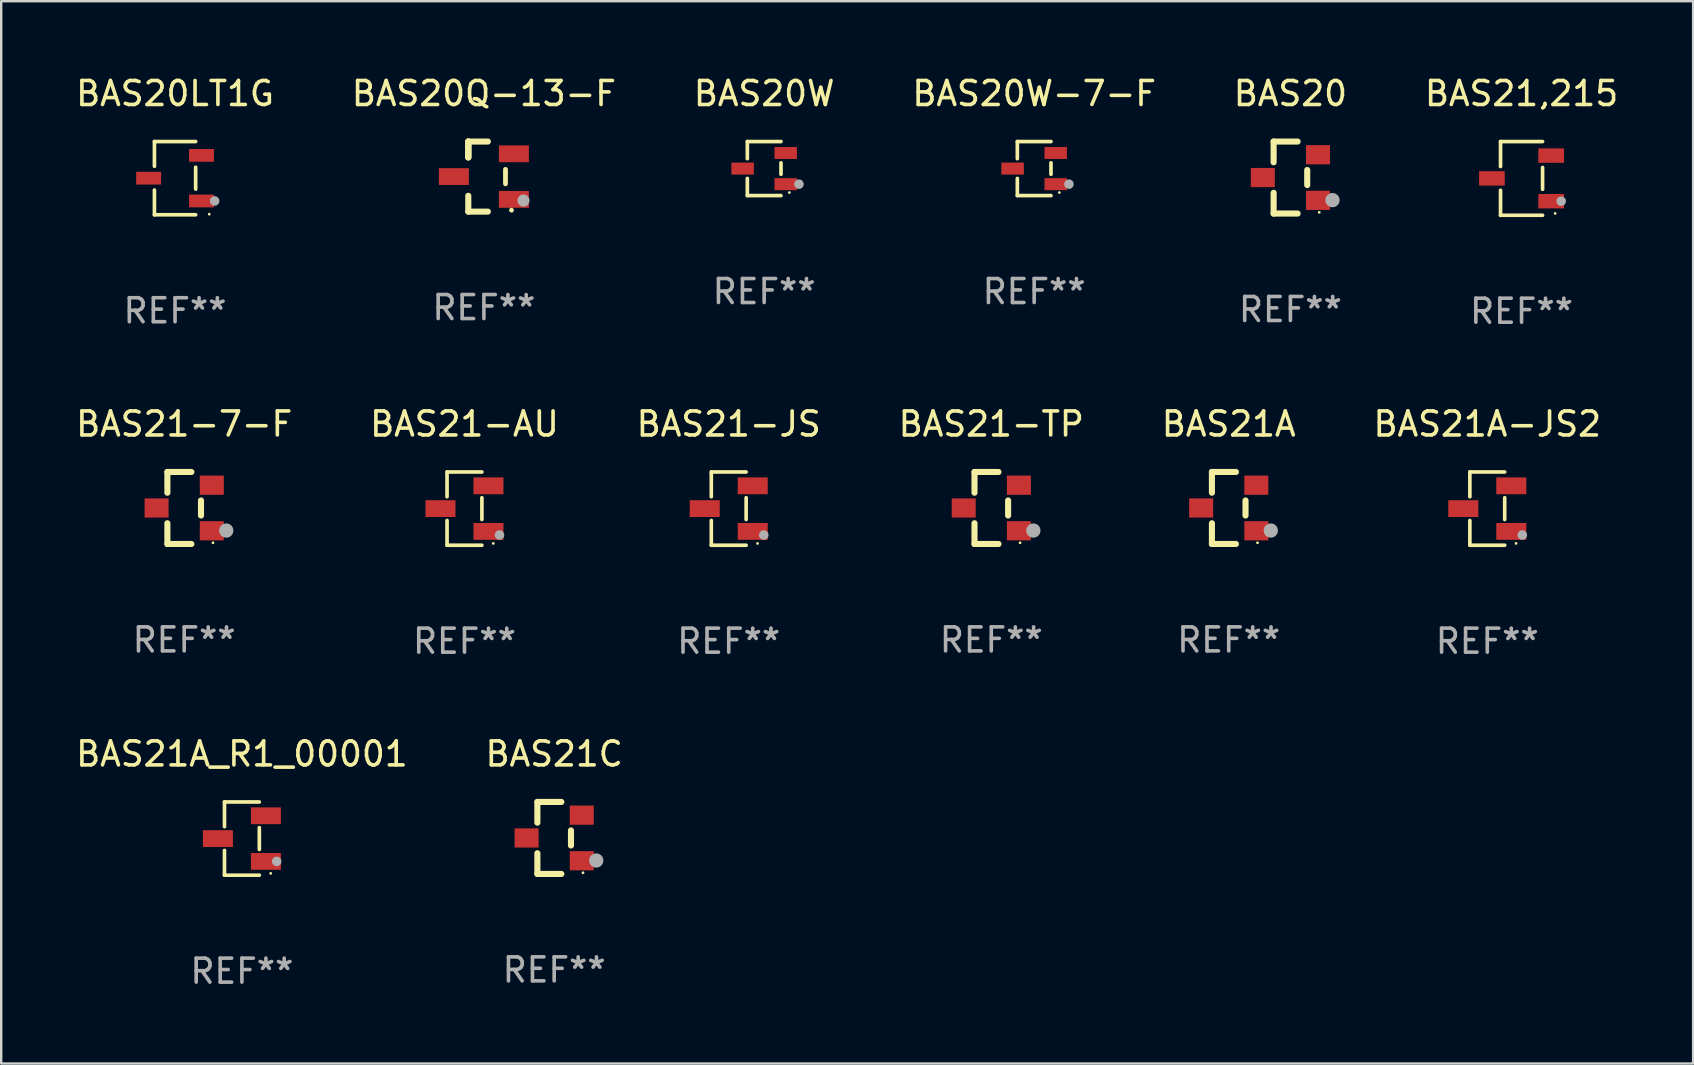
<source format=kicad_pcb>
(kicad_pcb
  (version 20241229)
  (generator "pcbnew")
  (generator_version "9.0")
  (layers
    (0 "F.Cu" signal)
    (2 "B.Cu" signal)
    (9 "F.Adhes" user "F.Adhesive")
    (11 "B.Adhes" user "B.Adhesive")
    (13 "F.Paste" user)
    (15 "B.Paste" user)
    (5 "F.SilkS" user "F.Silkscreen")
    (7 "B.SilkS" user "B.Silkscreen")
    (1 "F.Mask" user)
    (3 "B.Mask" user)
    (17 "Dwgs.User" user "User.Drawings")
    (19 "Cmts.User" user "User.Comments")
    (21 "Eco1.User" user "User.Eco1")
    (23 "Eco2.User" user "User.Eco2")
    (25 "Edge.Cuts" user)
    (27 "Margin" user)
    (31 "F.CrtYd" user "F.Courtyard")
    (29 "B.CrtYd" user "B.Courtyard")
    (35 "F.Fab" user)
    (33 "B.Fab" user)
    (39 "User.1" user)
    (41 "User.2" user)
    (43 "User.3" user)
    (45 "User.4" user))
  (footprint "BAS21-AU"
    (layer "F.Cu")
    (at 16.304 18.143)
    (property "Reference" "BAS21-AU" (at 0 -3.526 0) (layer "F.SilkS") (effects (font (size 1 1) (thickness 0.15))))
    (attr through_hole)
    (fp_line (start -0.726 -1.526) (end -0.726 -0.495) (stroke (width 0.152) (type solid)) (layer "F.SilkS"))
    (fp_line (start -0.726 1.526) (end -0.726 0.495) (stroke (width 0.152) (type solid)) (layer "F.SilkS"))
    (fp_line (start 0.726 -1.526) (end -0.726 -1.526) (stroke (width 0.152) (type solid)) (layer "F.SilkS"))
    (fp_line (start 0.726 -0.455) (end 0.726 0.455) (stroke (width 0.152) (type solid)) (layer "F.SilkS"))
    (fp_line (start 0.726 1.526) (end -0.726 1.526) (stroke (width 0.152) (type solid)) (layer "F.SilkS"))
    (fp_circle (center 1.2 1.45) (end 1.23 1.45) (stroke (width 0.06) (type solid)) (fill no) (layer "F.SilkS"))
    (fp_circle (center 1.46 1.1) (end 1.56 1.1) (stroke (width 0.2) (type solid)) (fill no) (layer "F.Fab"))
    (fp_text user "REF**" (at 0 5.526 0) (layer "F.Fab") (effects (font (size 1 1) (thickness 0.15))))
    (pad "1" smd rect (at 1 0.95) (size 1.25 0.7) (layers "F.Cu" "F.Mask" "F.Paste"))
    (pad "2" smd rect (at 1 -0.95) (size 1.25 0.7) (layers "F.Cu" "F.Mask" "F.Paste"))
    (pad "3" smd rect (at -1 0) (size 1.25 0.7) (layers "F.Cu" "F.Mask" "F.Paste")))
  (footprint "BAS21A-JS2"
    (layer "F.Cu")
    (at 58.923 18.143)
    (property "Reference" "BAS21A-JS2" (at 0 -3.526 0) (layer "F.SilkS") (effects (font (size 1 1) (thickness 0.15))))
    (attr through_hole)
    (fp_line (start -0.726 -1.526) (end -0.726 -0.495) (stroke (width 0.152) (type solid)) (layer "F.SilkS"))
    (fp_line (start -0.726 1.526) (end -0.726 0.495) (stroke (width 0.152) (type solid)) (layer "F.SilkS"))
    (fp_line (start 0.726 -1.526) (end -0.726 -1.526) (stroke (width 0.152) (type solid)) (layer "F.SilkS"))
    (fp_line (start 0.726 -0.455) (end 0.726 0.455) (stroke (width 0.152) (type solid)) (layer "F.SilkS"))
    (fp_line (start 0.726 1.526) (end -0.726 1.526) (stroke (width 0.152) (type solid)) (layer "F.SilkS"))
    (fp_circle (center 1.2 1.45) (end 1.23 1.45) (stroke (width 0.06) (type solid)) (fill no) (layer "F.SilkS"))
    (fp_circle (center 1.46 1.1) (end 1.56 1.1) (stroke (width 0.2) (type solid)) (fill no) (layer "F.Fab"))
    (fp_text user "REF**" (at 0 5.526 0) (layer "F.Fab") (effects (font (size 1 1) (thickness 0.15))))
    (pad "1" smd rect (at 1 0.95) (size 1.25 0.7) (layers "F.Cu" "F.Mask" "F.Paste"))
    (pad "2" smd rect (at 1 -0.95) (size 1.25 0.7) (layers "F.Cu" "F.Mask" "F.Paste"))
    (pad "3" smd rect (at -1 0) (size 1.25 0.7) (layers "F.Cu" "F.Mask" "F.Paste")))
  (footprint "BAS21A"
    (layer "F.Cu")
    (at 48.149 18.117)
    (property "Reference" "BAS21A" (at 0 -3.5 0) (layer "F.SilkS") (effects (font (size 1 1) (thickness 0.15))))
    (attr through_hole)
    (fp_line (start -0.7 -1.5) (end 0.3 -1.5) (stroke (width 0.254) (type solid)) (layer "F.SilkS"))
    (fp_line (start -0.7 -0.636) (end -0.7 -1.5) (stroke (width 0.254) (type solid)) (layer "F.SilkS"))
    (fp_line (start -0.7 1.5) (end -0.7 0.636) (stroke (width 0.254) (type solid)) (layer "F.SilkS"))
    (fp_line (start -0.7 1.5) (end 0.3 1.5) (stroke (width 0.254) (type solid)) (layer "F.SilkS"))
    (fp_line (start 0.7 0.314) (end 0.7 -0.314) (stroke (width 0.254) (type solid)) (layer "F.SilkS"))
    (fp_circle (center 1.2 1.45) (end 1.23 1.45) (stroke (width 0.06) (type solid)) (fill no) (layer "F.SilkS"))
    (fp_circle (center 1.753 0.94) (end 1.903 0.94) (stroke (width 0.3) (type solid)) (fill no) (layer "F.Fab"))
    (fp_text user "REF**" (at 0 5.5 0) (layer "F.Fab") (effects (font (size 1 1) (thickness 0.15))))
    (pad "1" smd rect (at 1.15 0.95 180) (size 1 0.8) (layers "F.Cu" "F.Mask" "F.Paste"))
    (pad "2" smd rect (at 1.15 -0.95 180) (size 1 0.8) (layers "F.Cu" "F.Mask" "F.Paste"))
    (pad "3" smd rect (at -1.15 -0.000051 180) (size 1 0.8) (layers "F.Cu" "F.Mask" "F.Paste")))
  (footprint "BAS21-TP"
    (layer "F.Cu")
    (at 38.256 18.117)
    (property "Reference" "BAS21-TP" (at 0 -3.5 0) (layer "F.SilkS") (effects (font (size 1 1) (thickness 0.15))))
    (attr through_hole)
    (fp_line (start -0.7 -1.5) (end 0.3 -1.5) (stroke (width 0.254) (type solid)) (layer "F.SilkS"))
    (fp_line (start -0.7 -0.636) (end -0.7 -1.5) (stroke (width 0.254) (type solid)) (layer "F.SilkS"))
    (fp_line (start -0.7 1.5) (end -0.7 0.636) (stroke (width 0.254) (type solid)) (layer "F.SilkS"))
    (fp_line (start -0.7 1.5) (end 0.3 1.5) (stroke (width 0.254) (type solid)) (layer "F.SilkS"))
    (fp_line (start 0.7 0.314) (end 0.7 -0.314) (stroke (width 0.254) (type solid)) (layer "F.SilkS"))
    (fp_circle (center 1.2 1.45) (end 1.23 1.45) (stroke (width 0.06) (type solid)) (fill no) (layer "F.SilkS"))
    (fp_circle (center 1.753 0.94) (end 1.903 0.94) (stroke (width 0.3) (type solid)) (fill no) (layer "F.Fab"))
    (fp_text user "REF**" (at 0 5.5 0) (layer "F.Fab") (effects (font (size 1 1) (thickness 0.15))))
    (pad "1" smd rect (at 1.15 0.95 180) (size 1 0.8) (layers "F.Cu" "F.Mask" "F.Paste"))
    (pad "2" smd rect (at 1.15 -0.95 180) (size 1 0.8) (layers "F.Cu" "F.Mask" "F.Paste"))
    (pad "3" smd rect (at -1.15 -0.000051 180) (size 1 0.8) (layers "F.Cu" "F.Mask" "F.Paste")))
  (footprint "BAS20"
    (layer "F.Cu")
    (at 50.72 4.348)
    (property "Reference" "BAS20" (at 0 -3.5 0) (layer "F.SilkS") (effects (font (size 1 1) (thickness 0.15))))
    (attr through_hole)
    (fp_line (start -0.7 -1.5) (end 0.3 -1.5) (stroke (width 0.254) (type solid)) (layer "F.SilkS"))
    (fp_line (start -0.7 -0.636) (end -0.7 -1.5) (stroke (width 0.254) (type solid)) (layer "F.SilkS"))
    (fp_line (start -0.7 1.5) (end -0.7 0.636) (stroke (width 0.254) (type solid)) (layer "F.SilkS"))
    (fp_line (start -0.7 1.5) (end 0.3 1.5) (stroke (width 0.254) (type solid)) (layer "F.SilkS"))
    (fp_line (start 0.7 0.314) (end 0.7 -0.314) (stroke (width 0.254) (type solid)) (layer "F.SilkS"))
    (fp_circle (center 1.2 1.45) (end 1.23 1.45) (stroke (width 0.06) (type solid)) (fill no) (layer "F.SilkS"))
    (fp_circle (center 1.753 0.94) (end 1.903 0.94) (stroke (width 0.3) (type solid)) (fill no) (layer "F.Fab"))
    (fp_text user "REF**" (at 0 5.5 0) (layer "F.Fab") (effects (font (size 1 1) (thickness 0.15))))
    (pad "1" smd rect (at 1.15 0.95 180) (size 1 0.8) (layers "F.Cu" "F.Mask" "F.Paste"))
    (pad "2" smd rect (at 1.15 -0.95 180) (size 1 0.8) (layers "F.Cu" "F.Mask" "F.Paste"))
    (pad "3" smd rect (at -1.15 -0.000051 180) (size 1 0.8) (layers "F.Cu" "F.Mask" "F.Paste")))
  (footprint "BAS21-7-F"
    (layer "F.Cu")
    (at 4.625 18.117)
    (property "Reference" "BAS21-7-F" (at 0 -3.5 0) (layer "F.SilkS") (effects (font (size 1 1) (thickness 0.15))))
    (attr through_hole)
    (fp_line (start -0.7 -1.5) (end 0.3 -1.5) (stroke (width 0.254) (type solid)) (layer "F.SilkS"))
    (fp_line (start -0.7 -0.636) (end -0.7 -1.5) (stroke (width 0.254) (type solid)) (layer "F.SilkS"))
    (fp_line (start -0.7 1.5) (end -0.7 0.636) (stroke (width 0.254) (type solid)) (layer "F.SilkS"))
    (fp_line (start -0.7 1.5) (end 0.3 1.5) (stroke (width 0.254) (type solid)) (layer "F.SilkS"))
    (fp_line (start 0.7 0.314) (end 0.7 -0.314) (stroke (width 0.254) (type solid)) (layer "F.SilkS"))
    (fp_circle (center 1.2 1.45) (end 1.23 1.45) (stroke (width 0.06) (type solid)) (fill no) (layer "F.SilkS"))
    (fp_circle (center 1.753 0.94) (end 1.903 0.94) (stroke (width 0.3) (type solid)) (fill no) (layer "F.Fab"))
    (fp_text user "REF**" (at 0 5.5 0) (layer "F.Fab") (effects (font (size 1 1) (thickness 0.15))))
    (pad "1" smd rect (at 1.15 0.95 180) (size 1 0.8) (layers "F.Cu" "F.Mask" "F.Paste"))
    (pad "2" smd rect (at 1.15 -0.95 180) (size 1 0.8) (layers "F.Cu" "F.Mask" "F.Paste"))
    (pad "3" smd rect (at -1.15 -0.000051 180) (size 1 0.8) (layers "F.Cu" "F.Mask" "F.Paste")))
  (footprint "BAS21,215"
    (layer "F.Cu")
    (at 60.351 4.384)
    (property "Reference" "BAS21,215" (at 0 -3.536 0) (layer "F.SilkS") (effects (font (size 1 1) (thickness 0.15))))
    (attr through_hole)
    (fp_line (start -0.876 -1.536) (end -0.876 -0.495) (stroke (width 0.152) (type solid)) (layer "F.SilkS"))
    (fp_line (start -0.876 1.536) (end -0.876 0.495) (stroke (width 0.152) (type solid)) (layer "F.SilkS"))
    (fp_line (start 0.876 -1.536) (end -0.876 -1.536) (stroke (width 0.152) (type solid)) (layer "F.SilkS"))
    (fp_line (start 0.876 -0.455) (end 0.876 0.455) (stroke (width 0.152) (type solid)) (layer "F.SilkS"))
    (fp_line (start 0.876 1.536) (end -0.876 1.536) (stroke (width 0.152) (type solid)) (layer "F.SilkS"))
    (fp_circle (center 1.4 1.46) (end 1.43 1.46) (stroke (width 0.06) (type solid)) (fill no) (layer "F.SilkS"))
    (fp_circle (center 1.651 0.95) (end 1.751 0.95) (stroke (width 0.2) (type solid)) (fill no) (layer "F.Fab"))
    (fp_text user "REF**" (at 0 5.536 0) (layer "F.Fab") (effects (font (size 1 1) (thickness 0.15))))
    (pad "1" smd rect (at 1.235 0.95) (size 1.07 0.6) (layers "F.Cu" "F.Mask" "F.Paste"))
    (pad "2" smd rect (at 1.235 -0.95) (size 1.07 0.6) (layers "F.Cu" "F.Mask" "F.Paste"))
    (pad "3" smd rect (at -1.235 0) (size 1.07 0.6) (layers "F.Cu" "F.Mask" "F.Paste")))
  (footprint "BAS20W-7-F"
    (layer "F.Cu")
    (at 40.042 3.974)
    (property "Reference" "BAS20W-7-F" (at 0 -3.126 0) (layer "F.SilkS") (effects (font (size 1 1) (thickness 0.15))))
    (attr through_hole)
    (fp_line (start -0.701 -1.126) (end -0.701 -0.411) (stroke (width 0.152) (type solid)) (layer "F.SilkS"))
    (fp_line (start -0.701 1.126) (end -0.701 0.411) (stroke (width 0.152) (type solid)) (layer "F.SilkS"))
    (fp_line (start 0.701 -1.126) (end -0.701 -1.126) (stroke (width 0.152) (type solid)) (layer "F.SilkS"))
    (fp_line (start 0.701 -0.239) (end 0.701 0.239) (stroke (width 0.152) (type solid)) (layer "F.SilkS"))
    (fp_line (start 0.701 1.126) (end -0.701 1.126) (stroke (width 0.152) (type solid)) (layer "F.SilkS"))
    (fp_circle (center 1.05 1) (end 1.08 1) (stroke (width 0.06) (type solid)) (fill no) (layer "F.SilkS"))
    (fp_circle (center 1.45 0.65) (end 1.55 0.65) (stroke (width 0.2) (type solid)) (fill no) (layer "F.Fab"))
    (fp_text user "REF**" (at 0 5.126 0) (layer "F.Fab") (effects (font (size 1 1) (thickness 0.15))))
    (pad "1" smd rect (at 0.898 0.65) (size 0.936 0.5) (layers "F.Cu" "F.Mask" "F.Paste"))
    (pad "2" smd rect (at 0.898 -0.65) (size 0.936 0.5) (layers "F.Cu" "F.Mask" "F.Paste"))
    (pad "3" smd rect (at -0.898 0) (size 0.936 0.5) (layers "F.Cu" "F.Mask" "F.Paste")))
  (footprint "BAS21-JS"
    (layer "F.Cu")
    (at 27.315 18.143)
    (property "Reference" "BAS21-JS" (at 0 -3.526 0) (layer "F.SilkS") (effects (font (size 1 1) (thickness 0.15))))
    (attr through_hole)
    (fp_line (start -0.726 -1.526) (end -0.726 -0.495) (stroke (width 0.152) (type solid)) (layer "F.SilkS"))
    (fp_line (start -0.726 1.526) (end -0.726 0.495) (stroke (width 0.152) (type solid)) (layer "F.SilkS"))
    (fp_line (start 0.726 -1.526) (end -0.726 -1.526) (stroke (width 0.152) (type solid)) (layer "F.SilkS"))
    (fp_line (start 0.726 -0.455) (end 0.726 0.455) (stroke (width 0.152) (type solid)) (layer "F.SilkS"))
    (fp_line (start 0.726 1.526) (end -0.726 1.526) (stroke (width 0.152) (type solid)) (layer "F.SilkS"))
    (fp_circle (center 1.2 1.45) (end 1.23 1.45) (stroke (width 0.06) (type solid)) (fill no) (layer "F.SilkS"))
    (fp_circle (center 1.46 1.1) (end 1.56 1.1) (stroke (width 0.2) (type solid)) (fill no) (layer "F.Fab"))
    (fp_text user "REF**" (at 0 5.526 0) (layer "F.Fab") (effects (font (size 1 1) (thickness 0.15))))
    (pad "1" smd rect (at 1 0.95) (size 1.25 0.7) (layers "F.Cu" "F.Mask" "F.Paste"))
    (pad "2" smd rect (at 1 -0.95) (size 1.25 0.7) (layers "F.Cu" "F.Mask" "F.Paste"))
    (pad "3" smd rect (at -1 0) (size 1.25 0.7) (layers "F.Cu" "F.Mask" "F.Paste")))
  (footprint "BAS20W"
    (layer "F.Cu")
    (at 28.792 3.974)
    (property "Reference" "BAS20W" (at 0 -3.126 0) (layer "F.SilkS") (effects (font (size 1 1) (thickness 0.15))))
    (attr through_hole)
    (fp_line (start -0.701 -1.126) (end -0.701 -0.411) (stroke (width 0.152) (type solid)) (layer "F.SilkS"))
    (fp_line (start -0.701 1.126) (end -0.701 0.411) (stroke (width 0.152) (type solid)) (layer "F.SilkS"))
    (fp_line (start 0.701 -1.126) (end -0.701 -1.126) (stroke (width 0.152) (type solid)) (layer "F.SilkS"))
    (fp_line (start 0.701 -0.239) (end 0.701 0.239) (stroke (width 0.152) (type solid)) (layer "F.SilkS"))
    (fp_line (start 0.701 1.126) (end -0.701 1.126) (stroke (width 0.152) (type solid)) (layer "F.SilkS"))
    (fp_circle (center 1.05 1) (end 1.08 1) (stroke (width 0.06) (type solid)) (fill no) (layer "F.SilkS"))
    (fp_circle (center 1.45 0.65) (end 1.55 0.65) (stroke (width 0.2) (type solid)) (fill no) (layer "F.Fab"))
    (fp_text user "REF**" (at 0 5.126 0) (layer "F.Fab") (effects (font (size 1 1) (thickness 0.15))))
    (pad "1" smd rect (at 0.898 0.65) (size 0.936 0.5) (layers "F.Cu" "F.Mask" "F.Paste"))
    (pad "2" smd rect (at 0.898 -0.65) (size 0.936 0.5) (layers "F.Cu" "F.Mask" "F.Paste"))
    (pad "3" smd rect (at -0.898 0) (size 0.936 0.5) (layers "F.Cu" "F.Mask" "F.Paste")))
  (footprint "BAS21A_R1_00001"
    (layer "F.Cu")
    (at 7.03 31.892)
    (property "Reference" "BAS21A_R1_00001" (at 0 -3.526 0) (layer "F.SilkS") (effects (font (size 1 1) (thickness 0.15))))
    (attr through_hole)
    (fp_line (start -0.726 -1.526) (end -0.726 -0.495) (stroke (width 0.152) (type solid)) (layer "F.SilkS"))
    (fp_line (start -0.726 1.526) (end -0.726 0.495) (stroke (width 0.152) (type solid)) (layer "F.SilkS"))
    (fp_line (start 0.726 -1.526) (end -0.726 -1.526) (stroke (width 0.152) (type solid)) (layer "F.SilkS"))
    (fp_line (start 0.726 -0.455) (end 0.726 0.455) (stroke (width 0.152) (type solid)) (layer "F.SilkS"))
    (fp_line (start 0.726 1.526) (end -0.726 1.526) (stroke (width 0.152) (type solid)) (layer "F.SilkS"))
    (fp_circle (center 1.2 1.45) (end 1.23 1.45) (stroke (width 0.06) (type solid)) (fill no) (layer "F.SilkS"))
    (fp_circle (center 1.45 0.95) (end 1.55 0.95) (stroke (width 0.2) (type solid)) (fill no) (layer "F.Fab"))
    (fp_text user "REF**" (at 0 5.526 0) (layer "F.Fab") (effects (font (size 1 1) (thickness 0.15))))
    (pad "1" smd rect (at 1 0.95) (size 1.25 0.7) (layers "F.Cu" "F.Mask" "F.Paste"))
    (pad "2" smd rect (at 1 -0.95) (size 1.25 0.7) (layers "F.Cu" "F.Mask" "F.Paste"))
    (pad "3" smd rect (at -1 0) (size 1.25 0.7) (layers "F.Cu" "F.Mask" "F.Paste")))
  (footprint "BAS20Q-13-F"
    (layer "F.Cu")
    (at 17.113 4.308)
    (property "Reference" "BAS20Q-13-F" (at 0 -3.46 0) (layer "F.SilkS") (effects (font (size 1 1) (thickness 0.15))))
    (attr through_hole)
    (fp_line (start -0.65 -1.46) (end -0.65 -0.8) (stroke (width 0.254) (type solid)) (layer "F.SilkS"))
    (fp_line (start -0.65 -1.46) (end 0.165 -1.46) (stroke (width 0.254) (type solid)) (layer "F.SilkS"))
    (fp_line (start -0.65 -0.8) (end -0.65 -1.46) (stroke (width 0.254) (type solid)) (layer "F.SilkS"))
    (fp_line (start -0.65 -0.8) (end -0.65 -1.46) (stroke (width 0.254) (type solid)) (layer "F.SilkS"))
    (fp_line (start -0.65 1.46) (end -0.65 0.8) (stroke (width 0.254) (type solid)) (layer "F.SilkS"))
    (fp_line (start 0.165 1.46) (end -0.65 1.46) (stroke (width 0.254) (type solid)) (layer "F.SilkS"))
    (fp_line (start 0.9 0.3) (end 0.9 -0.3) (stroke (width 0.2) (type solid)) (layer "F.SilkS"))
    (fp_circle (center 1.15 1.4) (end 1.2 1.4) (stroke (width 0.1) (type solid)) (fill no) (layer "F.SilkS"))
    (fp_circle (center 1.65 1) (end 1.777 1) (stroke (width 0.254) (type solid)) (fill no) (layer "F.Fab"))
    (fp_text user "REF**" (at 0 5.46 0) (layer "F.Fab") (effects (font (size 1 1) (thickness 0.15))))
    (pad "1" smd rect (at 1.25 0.95 270) (size 0.7 1.25) (layers "F.Cu" "F.Mask" "F.Paste"))
    (pad "2" smd rect (at 1.25 -0.95 270) (size 0.7 1.25) (layers "F.Cu" "F.Mask" "F.Paste"))
    (pad "3" smd rect (at -1.25 0 270) (size 0.7 1.25) (layers "F.Cu" "F.Mask" "F.Paste")))
  (footprint "BAS21C"
    (layer "F.Cu")
    (at 20.042 31.866)
    (property "Reference" "BAS21C" (at 0 -3.5 0) (layer "F.SilkS") (effects (font (size 1 1) (thickness 0.15))))
    (attr through_hole)
    (fp_line (start -0.7 -1.5) (end 0.3 -1.5) (stroke (width 0.254) (type solid)) (layer "F.SilkS"))
    (fp_line (start -0.7 -0.636) (end -0.7 -1.5) (stroke (width 0.254) (type solid)) (layer "F.SilkS"))
    (fp_line (start -0.7 1.5) (end -0.7 0.636) (stroke (width 0.254) (type solid)) (layer "F.SilkS"))
    (fp_line (start -0.7 1.5) (end 0.3 1.5) (stroke (width 0.254) (type solid)) (layer "F.SilkS"))
    (fp_line (start 0.7 0.314) (end 0.7 -0.314) (stroke (width 0.254) (type solid)) (layer "F.SilkS"))
    (fp_circle (center 1.2 1.45) (end 1.23 1.45) (stroke (width 0.06) (type solid)) (fill no) (layer "F.SilkS"))
    (fp_circle (center 1.753 0.94) (end 1.903 0.94) (stroke (width 0.3) (type solid)) (fill no) (layer "F.Fab"))
    (fp_text user "REF**" (at 0 5.5 0) (layer "F.Fab") (effects (font (size 1 1) (thickness 0.15))))
    (pad "1" smd rect (at 1.15 0.95 180) (size 1 0.8) (layers "F.Cu" "F.Mask" "F.Paste"))
    (pad "2" smd rect (at 1.15 -0.95 180) (size 1 0.8) (layers "F.Cu" "F.Mask" "F.Paste"))
    (pad "3" smd rect (at -1.15 -0.000051 180) (size 1 0.8) (layers "F.Cu" "F.Mask" "F.Paste")))
  (footprint "BAS20LT1G"
    (layer "F.Cu")
    (at 4.244 4.374)
    (property "Reference" "BAS20LT1G" (at 0 -3.526 0) (layer "F.SilkS") (effects (font (size 1 1) (thickness 0.15))))
    (attr through_hole)
    (fp_line (start -0.859 -1.526) (end -0.859 -0.495) (stroke (width 0.152) (type solid)) (layer "F.SilkS"))
    (fp_line (start -0.859 1.526) (end -0.859 0.495) (stroke (width 0.152) (type solid)) (layer "F.SilkS"))
    (fp_line (start 0.859 -1.526) (end -0.859 -1.526) (stroke (width 0.152) (type solid)) (layer "F.SilkS"))
    (fp_line (start 0.859 -0.455) (end 0.859 0.455) (stroke (width 0.152) (type solid)) (layer "F.SilkS"))
    (fp_line (start 0.859 1.526) (end -0.859 1.526) (stroke (width 0.152) (type solid)) (layer "F.SilkS"))
    (fp_circle (center 1.425 1.5) (end 1.455 1.5) (stroke (width 0.06) (type solid)) (fill no) (layer "F.SilkS"))
    (fp_circle (center 1.65 0.95) (end 1.75 0.95) (stroke (width 0.2) (type solid)) (fill no) (layer "F.Fab"))
    (fp_text user "REF**" (at 0 5.526 0) (layer "F.Fab") (effects (font (size 1 1) (thickness 0.15))))
    (pad "1" smd rect (at 1.101 0.95) (size 1.037 0.532) (layers "F.Cu" "F.Mask" "F.Paste"))
    (pad "2" smd rect (at 1.101 -0.95) (size 1.037 0.532) (layers "F.Cu" "F.Mask" "F.Paste"))
    (pad "3" smd rect (at -1.101 0) (size 1.037 0.532) (layers "F.Cu" "F.Mask" "F.Paste")))
  (gr_rect
    (start -3 -3)
    (end 67.5 41.267)
    (stroke (width 0.1) (type default))
    (fill no)
    (layer "Edge.Cuts")))
</source>
